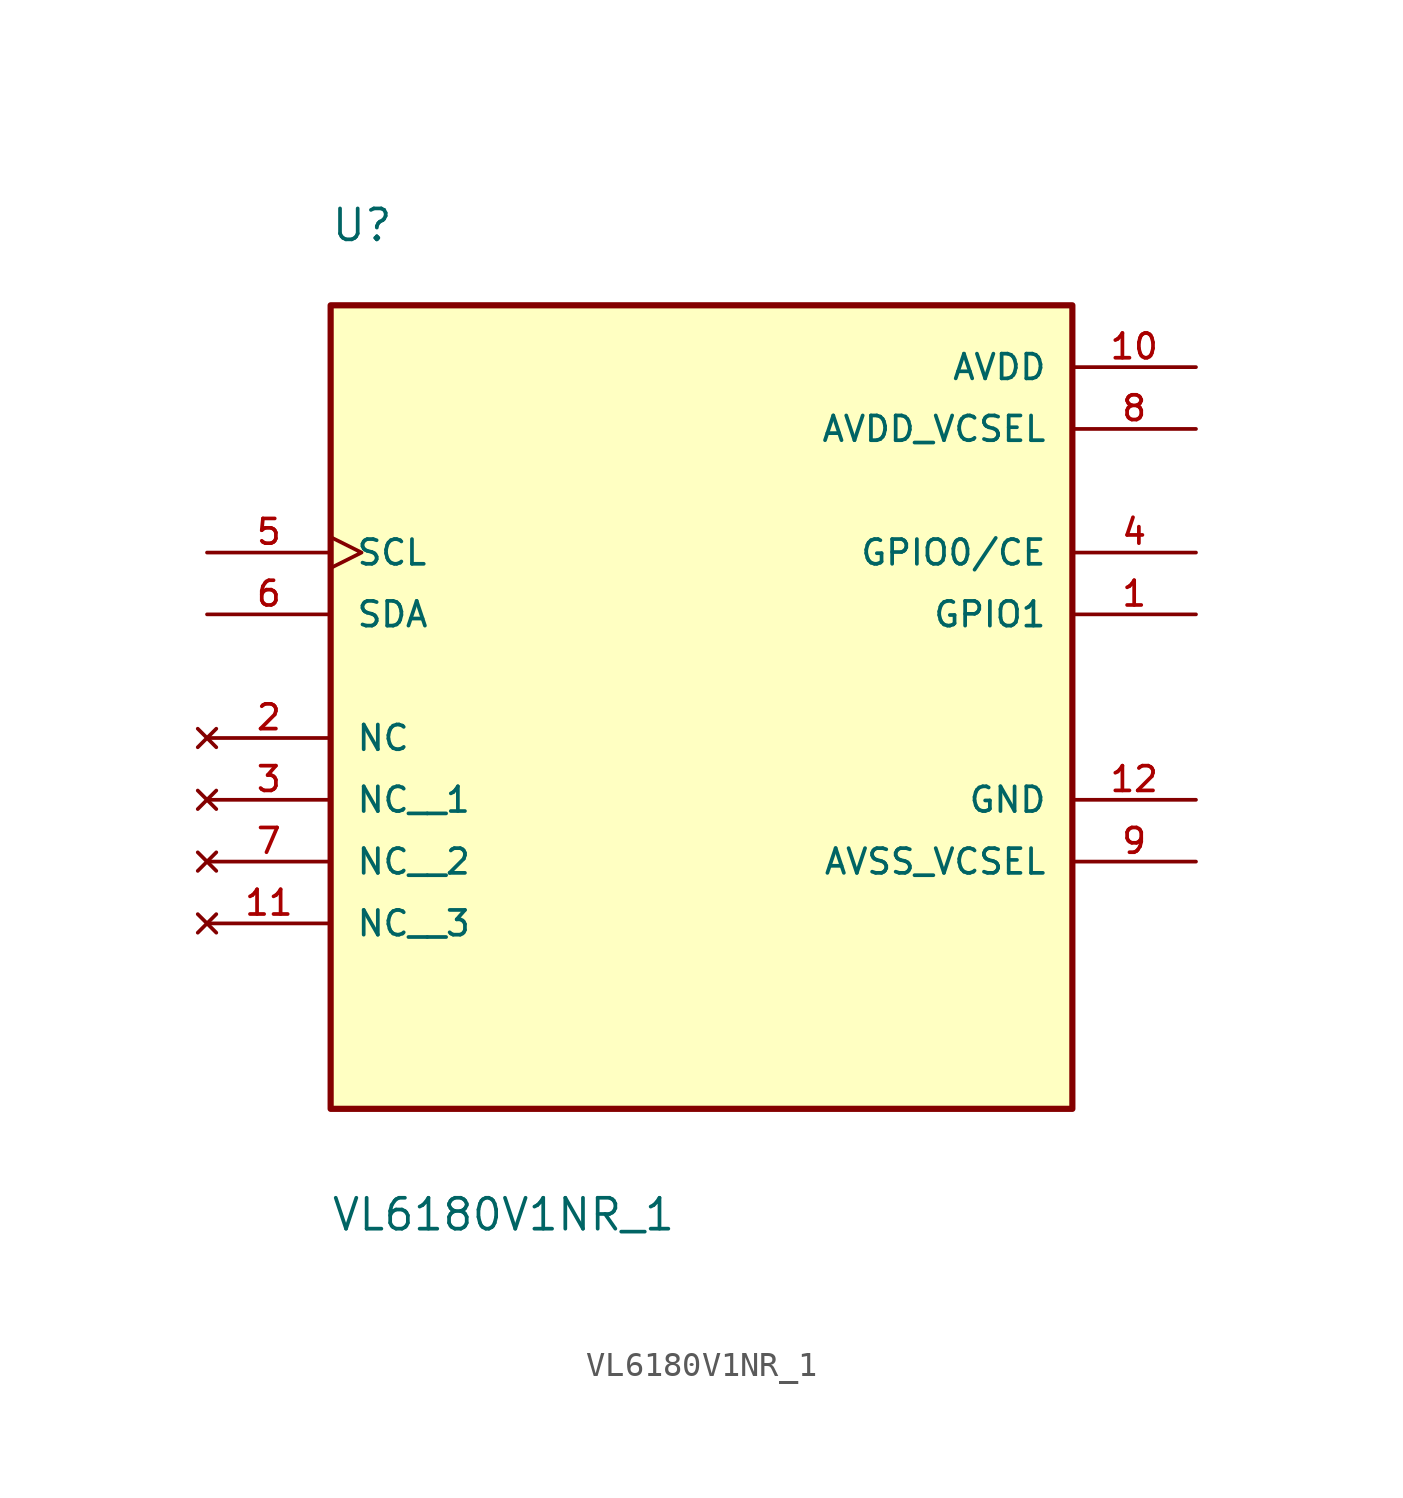
<source format=kicad_sym>
(kicad_symbol_lib
  (version 20220914)
  (generator kicad_symbol_editor)
  (symbol "VL6180V1NR_1"
    (pin_names
      (offset 1.016))
    (property "Reference" "U"
      (at -15.257 15.248 0)
      (effects (font (size 1.27 1.27)) (justify left bottom)))
    (property "Value" "VL6180V1NR_1"
      (at -15.252 -25.408 0)
      (effects (font (size 1.27 1.27)) (justify left bottom)))
    (symbol "VL6180V1NR_1_0_0"
      (rectangle (start -15.24 -20.32) (end 15.24 12.7) (stroke (width 0.254) (type default)) (fill (type background)))
      (pin bidirectional line (at 20.32 0 180) (length 5.08) (name "GPIO1" (effects (font (size 1.016 1.016)))) (number "1" (effects (font (size 1.016 1.016)))))
      (pin power_in line (at 20.32 10.16 180) (length 5.08) (name "AVDD" (effects (font (size 1.016 1.016)))) (number "10" (effects (font (size 1.016 1.016)))))
      (pin no_connect line (at -20.32 -12.7 0) (length 5.08) (name "NC__3" (effects (font (size 1.016 1.016)))) (number "11" (effects (font (size 1.016 1.016)))))
      (pin power_in line (at 20.32 -7.62 180) (length 5.08) (name "GND" (effects (font (size 1.016 1.016)))) (number "12" (effects (font (size 1.016 1.016)))))
      (pin no_connect line (at -20.32 -5.08 0) (length 5.08) (name "NC" (effects (font (size 1.016 1.016)))) (number "2" (effects (font (size 1.016 1.016)))))
      (pin no_connect line (at -20.32 -7.62 0) (length 5.08) (name "NC__1" (effects (font (size 1.016 1.016)))) (number "3" (effects (font (size 1.016 1.016)))))
      (pin bidirectional line (at 20.32 2.54 180) (length 5.08) (name "GPIO0/CE" (effects (font (size 1.016 1.016)))) (number "4" (effects (font (size 1.016 1.016)))))
      (pin input clock (at -20.32 2.54 0) (length 5.08) (name "SCL" (effects (font (size 1.016 1.016)))) (number "5" (effects (font (size 1.016 1.016)))))
      (pin bidirectional line (at -20.32 0 0) (length 5.08) (name "SDA" (effects (font (size 1.016 1.016)))) (number "6" (effects (font (size 1.016 1.016)))))
      (pin no_connect line (at -20.32 -10.16 0) (length 5.08) (name "NC__2" (effects (font (size 1.016 1.016)))) (number "7" (effects (font (size 1.016 1.016)))))
      (pin power_in line (at 20.32 7.62 180) (length 5.08) (name "AVDD_VCSEL" (effects (font (size 1.016 1.016)))) (number "8" (effects (font (size 1.016 1.016)))))
      (pin power_in line (at 20.32 -10.16 180) (length 5.08) (name "AVSS_VCSEL" (effects (font (size 1.016 1.016)))) (number "9" (effects (font (size 1.016 1.016))))))))
</source>
